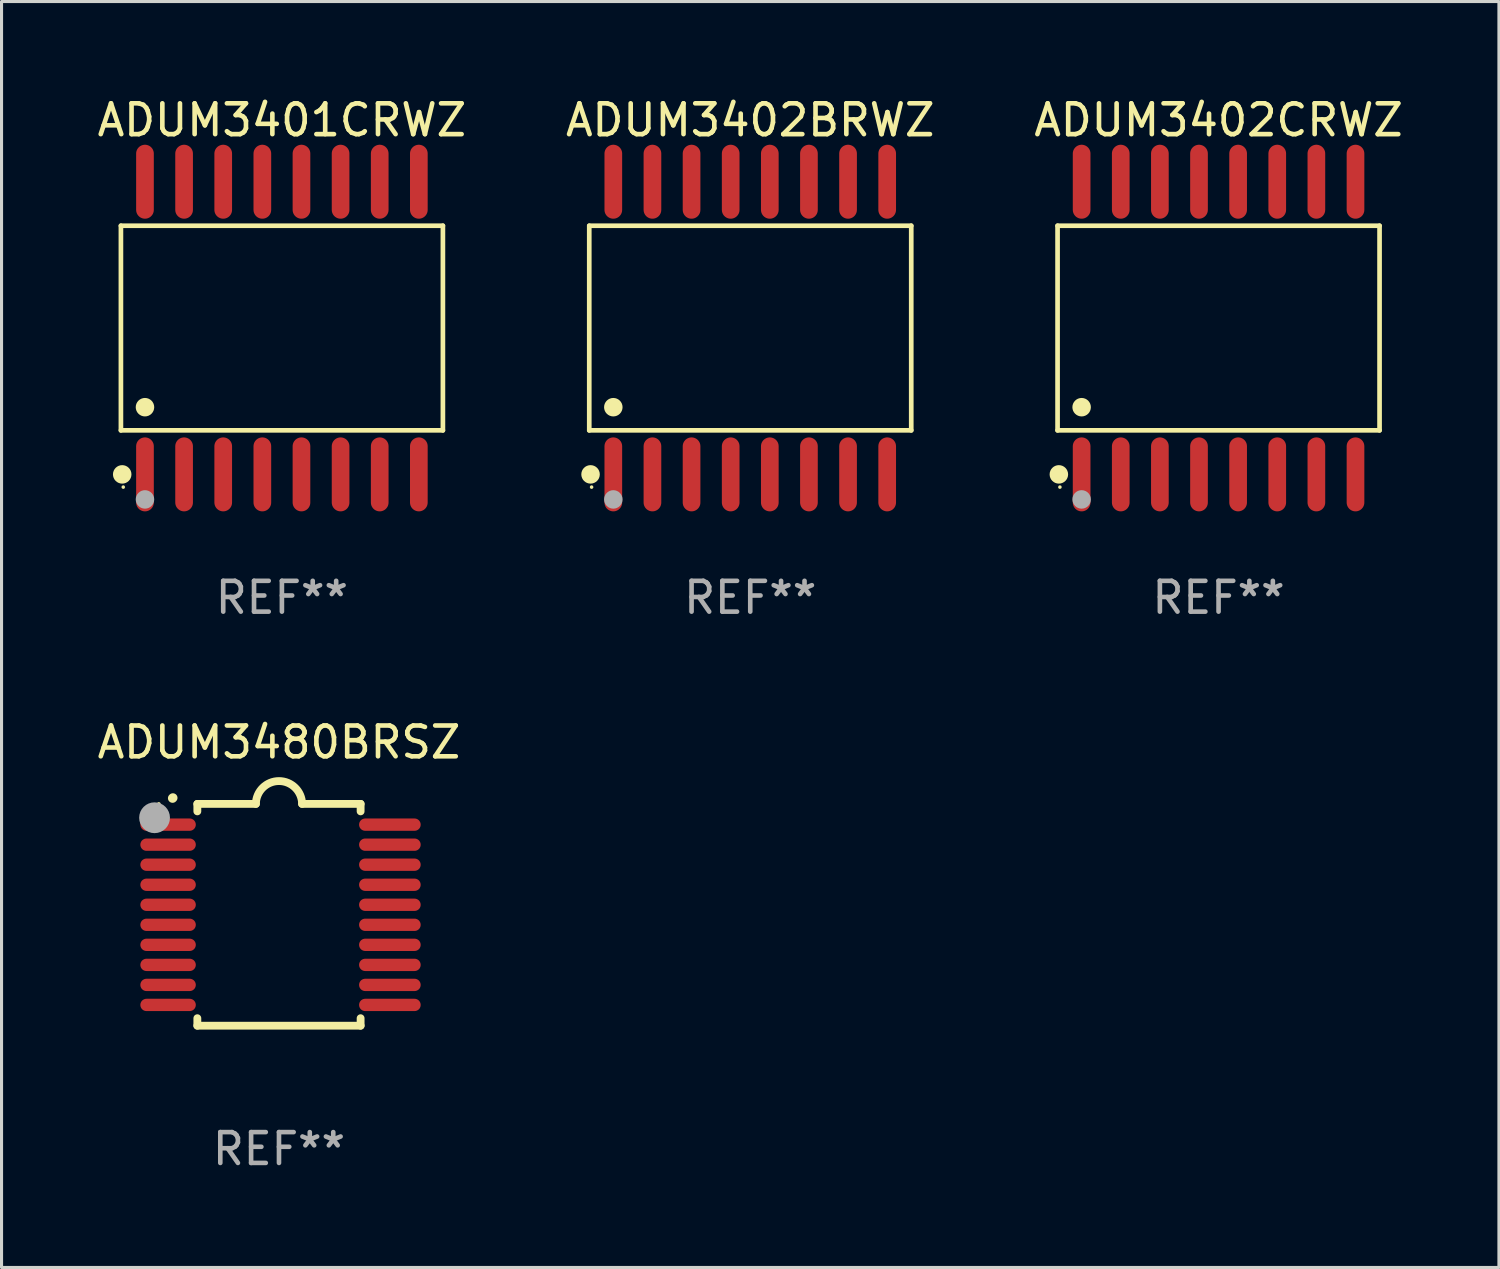
<source format=kicad_pcb>
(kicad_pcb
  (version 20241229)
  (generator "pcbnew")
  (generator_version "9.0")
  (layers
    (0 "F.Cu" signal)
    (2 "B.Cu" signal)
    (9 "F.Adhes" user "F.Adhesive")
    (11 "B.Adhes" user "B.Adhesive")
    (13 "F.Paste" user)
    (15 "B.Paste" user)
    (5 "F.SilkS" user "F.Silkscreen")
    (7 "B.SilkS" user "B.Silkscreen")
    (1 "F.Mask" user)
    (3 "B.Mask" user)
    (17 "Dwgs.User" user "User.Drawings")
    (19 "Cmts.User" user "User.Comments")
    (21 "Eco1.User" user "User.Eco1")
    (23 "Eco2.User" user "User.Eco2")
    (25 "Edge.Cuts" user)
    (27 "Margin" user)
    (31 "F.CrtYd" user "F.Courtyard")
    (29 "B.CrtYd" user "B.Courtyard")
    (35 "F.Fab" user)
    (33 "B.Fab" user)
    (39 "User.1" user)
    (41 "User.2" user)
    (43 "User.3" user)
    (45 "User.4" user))
  (footprint "ADUM3402BRWZ"
    (layer "F.Cu")
    (at 21.304 7.599)
    (property "Reference" "ADUM3402BRWZ" (at 0 -6.75 0) (layer "F.SilkS") (effects (font (size 1 1) (thickness 0.15))))
    (attr through_hole)
    (fp_line (start -5.226 -3.321) (end 5.226 -3.321) (stroke (width 0.152) (type solid)) (layer "F.SilkS"))
    (fp_line (start -5.226 3.321) (end -5.226 -3.321) (stroke (width 0.152) (type solid)) (layer "F.SilkS"))
    (fp_line (start 5.226 -3.321) (end 5.226 3.321) (stroke (width 0.152) (type solid)) (layer "F.SilkS"))
    (fp_line (start 5.226 3.321) (end -5.226 3.321) (stroke (width 0.152) (type solid)) (layer "F.SilkS"))
    (fp_circle (center -5.184 4.75) (end -5.034 4.75) (stroke (width 0.3) (type solid)) (fill no) (layer "F.SilkS"))
    (fp_circle (center -5.15 5.163) (end -5.12 5.163) (stroke (width 0.06) (type solid)) (fill no) (layer "F.SilkS"))
    (fp_circle (center -4.445 2.569) (end -4.295 2.569) (stroke (width 0.3) (type solid)) (fill no) (layer "F.SilkS"))
    (fp_circle (center -4.445 5.563) (end -4.295 5.563) (stroke (width 0.3) (type solid)) (fill no) (layer "F.Fab"))
    (fp_text user "REF**" (at 0 8.75 0) (layer "F.Fab") (effects (font (size 1 1) (thickness 0.15))))
    (pad "1" smd oval (at -4.445 4.75) (size 0.574 2.401) (layers "F.Cu" "F.Mask" "F.Paste"))
    (pad "2" smd oval (at -3.175 4.75) (size 0.574 2.401) (layers "F.Cu" "F.Mask" "F.Paste"))
    (pad "3" smd oval (at -1.905 4.75) (size 0.574 2.401) (layers "F.Cu" "F.Mask" "F.Paste"))
    (pad "4" smd oval (at -0.635 4.75) (size 0.574 2.401) (layers "F.Cu" "F.Mask" "F.Paste"))
    (pad "5" smd oval (at 0.635 4.75) (size 0.574 2.401) (layers "F.Cu" "F.Mask" "F.Paste"))
    (pad "6" smd oval (at 1.905 4.75) (size 0.574 2.401) (layers "F.Cu" "F.Mask" "F.Paste"))
    (pad "7" smd oval (at 3.175 4.75) (size 0.574 2.401) (layers "F.Cu" "F.Mask" "F.Paste"))
    (pad "8" smd oval (at 4.445 4.75) (size 0.574 2.401) (layers "F.Cu" "F.Mask" "F.Paste"))
    (pad "9" smd oval (at 4.445 -4.75) (size 0.574 2.401) (layers "F.Cu" "F.Mask" "F.Paste"))
    (pad "10" smd oval (at 3.175 -4.75) (size 0.574 2.401) (layers "F.Cu" "F.Mask" "F.Paste"))
    (pad "11" smd oval (at 1.905 -4.75) (size 0.574 2.401) (layers "F.Cu" "F.Mask" "F.Paste"))
    (pad "12" smd oval (at 0.635 -4.75) (size 0.574 2.401) (layers "F.Cu" "F.Mask" "F.Paste"))
    (pad "13" smd oval (at -0.635 -4.75) (size 0.574 2.401) (layers "F.Cu" "F.Mask" "F.Paste"))
    (pad "14" smd oval (at -1.905 -4.75) (size 0.574 2.401) (layers "F.Cu" "F.Mask" "F.Paste"))
    (pad "15" smd oval (at -3.175 -4.75) (size 0.574 2.401) (layers "F.Cu" "F.Mask" "F.Paste"))
    (pad "16" smd oval (at -4.445 -4.75) (size 0.574 2.401) (layers "F.Cu" "F.Mask" "F.Paste")))
  (footprint "ADUM3402CRWZ"
    (layer "F.Cu")
    (at 36.506 7.599)
    (property "Reference" "ADUM3402CRWZ" (at 0 -6.75 0) (layer "F.SilkS") (effects (font (size 1 1) (thickness 0.15))))
    (attr through_hole)
    (fp_line (start -5.226 -3.321) (end 5.226 -3.321) (stroke (width 0.152) (type solid)) (layer "F.SilkS"))
    (fp_line (start -5.226 3.321) (end -5.226 -3.321) (stroke (width 0.152) (type solid)) (layer "F.SilkS"))
    (fp_line (start 5.226 -3.321) (end 5.226 3.321) (stroke (width 0.152) (type solid)) (layer "F.SilkS"))
    (fp_line (start 5.226 3.321) (end -5.226 3.321) (stroke (width 0.152) (type solid)) (layer "F.SilkS"))
    (fp_circle (center -5.184 4.75) (end -5.034 4.75) (stroke (width 0.3) (type solid)) (fill no) (layer "F.SilkS"))
    (fp_circle (center -5.15 5.163) (end -5.12 5.163) (stroke (width 0.06) (type solid)) (fill no) (layer "F.SilkS"))
    (fp_circle (center -4.445 2.569) (end -4.295 2.569) (stroke (width 0.3) (type solid)) (fill no) (layer "F.SilkS"))
    (fp_circle (center -4.445 5.563) (end -4.295 5.563) (stroke (width 0.3) (type solid)) (fill no) (layer "F.Fab"))
    (fp_text user "REF**" (at 0 8.75 0) (layer "F.Fab") (effects (font (size 1 1) (thickness 0.15))))
    (pad "1" smd oval (at -4.445 4.75) (size 0.574 2.401) (layers "F.Cu" "F.Mask" "F.Paste"))
    (pad "2" smd oval (at -3.175 4.75) (size 0.574 2.401) (layers "F.Cu" "F.Mask" "F.Paste"))
    (pad "3" smd oval (at -1.905 4.75) (size 0.574 2.401) (layers "F.Cu" "F.Mask" "F.Paste"))
    (pad "4" smd oval (at -0.635 4.75) (size 0.574 2.401) (layers "F.Cu" "F.Mask" "F.Paste"))
    (pad "5" smd oval (at 0.635 4.75) (size 0.574 2.401) (layers "F.Cu" "F.Mask" "F.Paste"))
    (pad "6" smd oval (at 1.905 4.75) (size 0.574 2.401) (layers "F.Cu" "F.Mask" "F.Paste"))
    (pad "7" smd oval (at 3.175 4.75) (size 0.574 2.401) (layers "F.Cu" "F.Mask" "F.Paste"))
    (pad "8" smd oval (at 4.445 4.75) (size 0.574 2.401) (layers "F.Cu" "F.Mask" "F.Paste"))
    (pad "9" smd oval (at 4.445 -4.75) (size 0.574 2.401) (layers "F.Cu" "F.Mask" "F.Paste"))
    (pad "10" smd oval (at 3.175 -4.75) (size 0.574 2.401) (layers "F.Cu" "F.Mask" "F.Paste"))
    (pad "11" smd oval (at 1.905 -4.75) (size 0.574 2.401) (layers "F.Cu" "F.Mask" "F.Paste"))
    (pad "12" smd oval (at 0.635 -4.75) (size 0.574 2.401) (layers "F.Cu" "F.Mask" "F.Paste"))
    (pad "13" smd oval (at -0.635 -4.75) (size 0.574 2.401) (layers "F.Cu" "F.Mask" "F.Paste"))
    (pad "14" smd oval (at -1.905 -4.75) (size 0.574 2.401) (layers "F.Cu" "F.Mask" "F.Paste"))
    (pad "15" smd oval (at -3.175 -4.75) (size 0.574 2.401) (layers "F.Cu" "F.Mask" "F.Paste"))
    (pad "16" smd oval (at -4.445 -4.75) (size 0.574 2.401) (layers "F.Cu" "F.Mask" "F.Paste")))
  (footprint "ADUM3480BRSZ"
    (layer "F.Cu")
    (at 6.006 26.645)
    (property "Reference" "ADUM3480BRSZ" (at 0 -5.6 0) (layer "F.SilkS") (effects (font (size 1 1) (thickness 0.15))))
    (attr through_hole)
    (fp_line (start -2.65 -3.6) (end -2.65 -3.357) (stroke (width 0.254) (type solid)) (layer "F.SilkS"))
    (fp_line (start -2.65 -3.6) (end -0.75 -3.6) (stroke (width 0.254) (type solid)) (layer "F.SilkS"))
    (fp_line (start -2.65 3.357) (end -2.65 3.6) (stroke (width 0.254) (type solid)) (layer "F.SilkS"))
    (fp_line (start 2.65 -3.6) (end 0.75 -3.6) (stroke (width 0.254) (type solid)) (layer "F.SilkS"))
    (fp_line (start 2.65 -3.6) (end 2.65 -3.357) (stroke (width 0.254) (type solid)) (layer "F.SilkS"))
    (fp_line (start 2.65 3.357) (end 2.65 3.6) (stroke (width 0.254) (type solid)) (layer "F.SilkS"))
    (fp_line (start 2.65 3.6) (end -2.65 3.6) (stroke (width 0.254) (type solid)) (layer "F.SilkS"))
    (fp_arc (start -3.454407 -3.784608) (mid -3.449499 -3.78986) (end -3.444247 -3.794768) (stroke (width 0.3) (type solid)) (layer "F.SilkS"))
    (fp_arc (start -0.749301 -3.599186) (mid -0.000051 -4.348844) (end 0.750013 -3.6) (stroke (width 0.254001) (type solid)) (layer "F.SilkS"))
    (fp_circle (center -3.9 -3.6) (end -3.87 -3.6) (stroke (width 0.06) (type solid)) (fill no) (layer "F.SilkS"))
    (fp_circle (center -4.039 -3.15) (end -3.789 -3.15) (stroke (width 0.5) (type solid)) (fill no) (layer "F.Fab"))
    (fp_text user "REF**" (at 0 7.6 0) (layer "F.Fab") (effects (font (size 1 1) (thickness 0.15))))
    (pad "1" smd oval (at -3.6 -2.926 90) (size 0.4 1.8) (layers "F.Cu" "F.Mask" "F.Paste"))
    (pad "2" smd oval (at -3.6 -2.276 90) (size 0.4 1.8) (layers "F.Cu" "F.Mask" "F.Paste"))
    (pad "3" smd oval (at -3.6 -1.626 90) (size 0.4 1.8) (layers "F.Cu" "F.Mask" "F.Paste"))
    (pad "4" smd oval (at -3.6 -0.975 90) (size 0.4 1.8) (layers "F.Cu" "F.Mask" "F.Paste"))
    (pad "5" smd oval (at -3.6 -0.325 90) (size 0.4 1.8) (layers "F.Cu" "F.Mask" "F.Paste"))
    (pad "6" smd oval (at -3.6 0.325 90) (size 0.4 1.8) (layers "F.Cu" "F.Mask" "F.Paste"))
    (pad "7" smd oval (at -3.6 0.975 90) (size 0.4 1.8) (layers "F.Cu" "F.Mask" "F.Paste"))
    (pad "8" smd oval (at -3.6 1.626 90) (size 0.4 1.8) (layers "F.Cu" "F.Mask" "F.Paste"))
    (pad "9" smd oval (at -3.6 2.276 90) (size 0.4 1.8) (layers "F.Cu" "F.Mask" "F.Paste"))
    (pad "10" smd oval (at -3.6 2.926 90) (size 0.4 1.8) (layers "F.Cu" "F.Mask" "F.Paste"))
    (pad "11" smd oval (at 3.6 2.926 90) (size 0.4 2) (layers "F.Cu" "F.Mask" "F.Paste"))
    (pad "12" smd oval (at 3.6 2.276 90) (size 0.4 2) (layers "F.Cu" "F.Mask" "F.Paste"))
    (pad "13" smd oval (at 3.6 1.626 90) (size 0.4 2) (layers "F.Cu" "F.Mask" "F.Paste"))
    (pad "14" smd oval (at 3.6 0.975 90) (size 0.4 2) (layers "F.Cu" "F.Mask" "F.Paste"))
    (pad "15" smd oval (at 3.6 0.325 90) (size 0.4 2) (layers "F.Cu" "F.Mask" "F.Paste"))
    (pad "16" smd oval (at 3.6 -0.325 90) (size 0.4 2) (layers "F.Cu" "F.Mask" "F.Paste"))
    (pad "17" smd oval (at 3.6 -0.975 90) (size 0.4 2) (layers "F.Cu" "F.Mask" "F.Paste"))
    (pad "18" smd oval (at 3.6 -1.626 90) (size 0.4 2) (layers "F.Cu" "F.Mask" "F.Paste"))
    (pad "19" smd oval (at 3.6 -2.276 90) (size 0.4 2) (layers "F.Cu" "F.Mask" "F.Paste"))
    (pad "20" smd oval (at 3.6 -2.926 90) (size 0.4 2) (layers "F.Cu" "F.Mask" "F.Paste")))
  (footprint "ADUM3401CRWZ"
    (layer "F.Cu")
    (at 6.101 7.599)
    (property "Reference" "ADUM3401CRWZ" (at 0 -6.75 0) (layer "F.SilkS") (effects (font (size 1 1) (thickness 0.15))))
    (attr through_hole)
    (fp_line (start -5.226 -3.321) (end 5.226 -3.321) (stroke (width 0.152) (type solid)) (layer "F.SilkS"))
    (fp_line (start -5.226 3.321) (end -5.226 -3.321) (stroke (width 0.152) (type solid)) (layer "F.SilkS"))
    (fp_line (start 5.226 -3.321) (end 5.226 3.321) (stroke (width 0.152) (type solid)) (layer "F.SilkS"))
    (fp_line (start 5.226 3.321) (end -5.226 3.321) (stroke (width 0.152) (type solid)) (layer "F.SilkS"))
    (fp_circle (center -5.184 4.75) (end -5.034 4.75) (stroke (width 0.3) (type solid)) (fill no) (layer "F.SilkS"))
    (fp_circle (center -5.15 5.163) (end -5.12 5.163) (stroke (width 0.06) (type solid)) (fill no) (layer "F.SilkS"))
    (fp_circle (center -4.445 2.569) (end -4.295 2.569) (stroke (width 0.3) (type solid)) (fill no) (layer "F.SilkS"))
    (fp_circle (center -4.445 5.563) (end -4.295 5.563) (stroke (width 0.3) (type solid)) (fill no) (layer "F.Fab"))
    (fp_text user "REF**" (at 0 8.75 0) (layer "F.Fab") (effects (font (size 1 1) (thickness 0.15))))
    (pad "1" smd oval (at -4.445 4.75) (size 0.574 2.401) (layers "F.Cu" "F.Mask" "F.Paste"))
    (pad "2" smd oval (at -3.175 4.75) (size 0.574 2.401) (layers "F.Cu" "F.Mask" "F.Paste"))
    (pad "3" smd oval (at -1.905 4.75) (size 0.574 2.401) (layers "F.Cu" "F.Mask" "F.Paste"))
    (pad "4" smd oval (at -0.635 4.75) (size 0.574 2.401) (layers "F.Cu" "F.Mask" "F.Paste"))
    (pad "5" smd oval (at 0.635 4.75) (size 0.574 2.401) (layers "F.Cu" "F.Mask" "F.Paste"))
    (pad "6" smd oval (at 1.905 4.75) (size 0.574 2.401) (layers "F.Cu" "F.Mask" "F.Paste"))
    (pad "7" smd oval (at 3.175 4.75) (size 0.574 2.401) (layers "F.Cu" "F.Mask" "F.Paste"))
    (pad "8" smd oval (at 4.445 4.75) (size 0.574 2.401) (layers "F.Cu" "F.Mask" "F.Paste"))
    (pad "9" smd oval (at 4.445 -4.75) (size 0.574 2.401) (layers "F.Cu" "F.Mask" "F.Paste"))
    (pad "10" smd oval (at 3.175 -4.75) (size 0.574 2.401) (layers "F.Cu" "F.Mask" "F.Paste"))
    (pad "11" smd oval (at 1.905 -4.75) (size 0.574 2.401) (layers "F.Cu" "F.Mask" "F.Paste"))
    (pad "12" smd oval (at 0.635 -4.75) (size 0.574 2.401) (layers "F.Cu" "F.Mask" "F.Paste"))
    (pad "13" smd oval (at -0.635 -4.75) (size 0.574 2.401) (layers "F.Cu" "F.Mask" "F.Paste"))
    (pad "14" smd oval (at -1.905 -4.75) (size 0.574 2.401) (layers "F.Cu" "F.Mask" "F.Paste"))
    (pad "15" smd oval (at -3.175 -4.75) (size 0.574 2.401) (layers "F.Cu" "F.Mask" "F.Paste"))
    (pad "16" smd oval (at -4.445 -4.75) (size 0.574 2.401) (layers "F.Cu" "F.Mask" "F.Paste")))
  (gr_rect
    (start -3 -3)
    (end 45.607 38.094)
    (stroke (width 0.1) (type default))
    (fill no)
    (layer "Edge.Cuts")))
</source>
